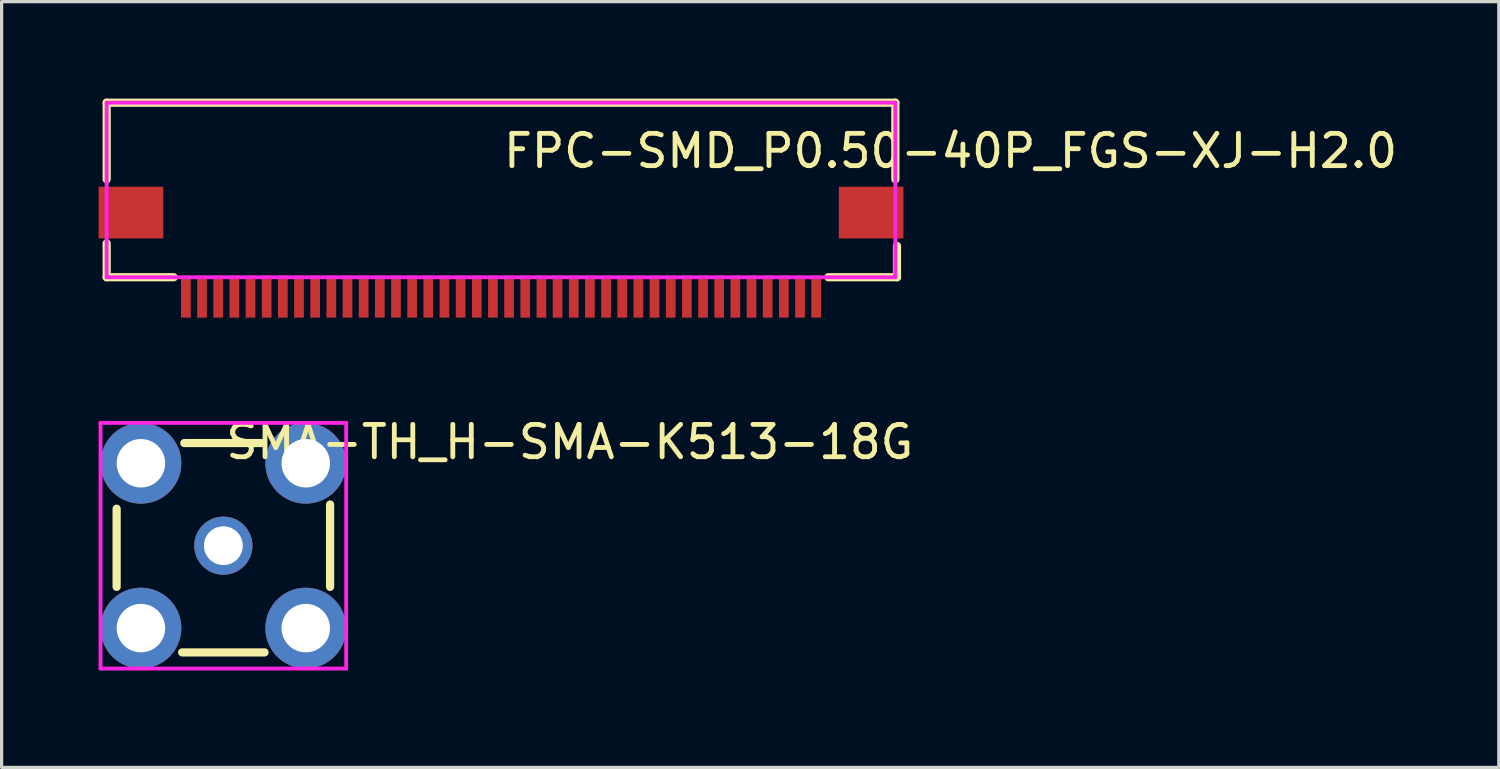
<source format=kicad_pcb>
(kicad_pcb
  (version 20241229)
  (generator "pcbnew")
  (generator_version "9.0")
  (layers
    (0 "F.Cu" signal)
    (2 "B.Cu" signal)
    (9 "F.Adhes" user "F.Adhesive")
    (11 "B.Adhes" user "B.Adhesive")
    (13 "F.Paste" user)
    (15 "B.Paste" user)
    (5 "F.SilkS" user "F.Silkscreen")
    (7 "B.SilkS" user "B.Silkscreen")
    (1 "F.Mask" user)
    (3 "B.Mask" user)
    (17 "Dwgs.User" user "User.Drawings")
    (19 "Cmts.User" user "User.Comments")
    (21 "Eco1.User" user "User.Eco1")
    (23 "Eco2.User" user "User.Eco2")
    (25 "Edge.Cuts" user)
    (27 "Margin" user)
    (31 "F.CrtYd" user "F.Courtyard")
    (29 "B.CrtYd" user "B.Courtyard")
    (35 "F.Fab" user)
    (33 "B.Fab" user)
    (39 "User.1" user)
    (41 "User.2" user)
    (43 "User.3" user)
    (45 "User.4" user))
  (footprint "FPC-SMD_P0.50-40P_FGS-XJ-H2.0"
    (layer "F.Cu")
    (at 12.45 4.827)
    (property "Reference" "FPC-SMD_P0.50-40P_FGS-XJ-H2.0" (at 0 -3.207 0) (layer "F.SilkS") (effects (font (size 1 1) (thickness 0.15)) (justify left)))
    (attr through_hole)
    (fp_line (start -12.2 -4.7) (end 12.2 -4.7) (stroke (width 0.254) (type solid)) (layer "F.SilkS"))
    (fp_line (start -12.2 -2.331) (end -12.2 -4.7) (stroke (width 0.254) (type solid)) (layer "F.SilkS"))
    (fp_line (start -12.2 0.7) (end -12.2 -0.35) (stroke (width 0.254) (type solid)) (layer "F.SilkS"))
    (fp_line (start -10.126 0.7) (end -12.2 0.7) (stroke (width 0.254) (type solid)) (layer "F.SilkS"))
    (fp_line (start 12.2 -4.7) (end 12.2 -2.331) (stroke (width 0.254) (type solid)) (layer "F.SilkS"))
    (fp_line (start 12.25 -0.269) (end 12.25 0.7) (stroke (width 0.254) (type solid)) (layer "F.SilkS"))
    (fp_line (start 12.25 0.7) (end 10.126 0.7) (stroke (width 0.254) (type solid)) (layer "F.SilkS"))
    (fp_line (start -12.212 -2.05) (end -12.212 -0.55) (stroke (width 0.12) (type solid)) (layer "Eco2.User"))
    (fp_line (start -12.212 -0.55) (end -10.891 -0.55) (stroke (width 0.12) (type solid)) (layer "Eco2.User"))
    (fp_line (start -10.891 -2.05) (end -12.212 -2.05) (stroke (width 0.12) (type solid)) (layer "Eco2.User"))
    (fp_line (start -10.891 -0.55) (end -10.891 -2.05) (stroke (width 0.12) (type solid)) (layer "Eco2.User"))
    (fp_line (start 10.888 -2.05) (end 10.888 -0.55) (stroke (width 0.12) (type solid)) (layer "Eco2.User"))
    (fp_line (start 10.888 -0.55) (end 12.209 -0.55) (stroke (width 0.12) (type solid)) (layer "Eco2.User"))
    (fp_line (start 12.209 -2.05) (end 10.888 -2.05) (stroke (width 0.12) (type solid)) (layer "Eco2.User"))
    (fp_line (start 12.209 -0.55) (end 12.209 -2.05) (stroke (width 0.12) (type solid)) (layer "Eco2.User"))
    (fp_circle (center -12.209 1.3) (end -12.179 1.3) (stroke (width 0.06) (type solid)) (fill no) (layer "Eco2.User"))
    (fp_poly (pts (xy -10.902 -0.55) (xy -10.902 -2.05) (xy -12.201 -2.05) (xy -12.201 -0.55)) (stroke (width 0.12) (type solid)) (fill no) (layer "Eco2.User"))
    (fp_poly (pts (xy -9.65 1.3) (xy -9.65 0.6) (xy -9.85 0.6) (xy -9.85 1.3)) (stroke (width 0.12) (type solid)) (fill no) (layer "Eco2.User"))
    (fp_poly (pts (xy -9.15 1.3) (xy -9.15 0.6) (xy -9.35 0.6) (xy -9.35 1.3)) (stroke (width 0.12) (type solid)) (fill no) (layer "Eco2.User"))
    (fp_poly (pts (xy -8.65 1.3) (xy -8.65 0.6) (xy -8.85 0.6) (xy -8.85 1.3)) (stroke (width 0.12) (type solid)) (fill no) (layer "Eco2.User"))
    (fp_poly (pts (xy -8.15 1.3) (xy -8.15 0.6) (xy -8.35 0.6) (xy -8.35 1.3)) (stroke (width 0.12) (type solid)) (fill no) (layer "Eco2.User"))
    (fp_poly (pts (xy -7.65 1.3) (xy -7.65 0.6) (xy -7.85 0.6) (xy -7.85 1.3)) (stroke (width 0.12) (type solid)) (fill no) (layer "Eco2.User"))
    (fp_poly (pts (xy -7.15 1.3) (xy -7.15 0.6) (xy -7.35 0.6) (xy -7.35 1.3)) (stroke (width 0.12) (type solid)) (fill no) (layer "Eco2.User"))
    (fp_poly (pts (xy -6.65 1.3) (xy -6.65 0.6) (xy -6.85 0.6) (xy -6.85 1.3)) (stroke (width 0.12) (type solid)) (fill no) (layer "Eco2.User"))
    (fp_poly (pts (xy -6.15 1.3) (xy -6.15 0.6) (xy -6.35 0.6) (xy -6.35 1.3)) (stroke (width 0.12) (type solid)) (fill no) (layer "Eco2.User"))
    (fp_poly (pts (xy -5.65 1.3) (xy -5.65 0.6) (xy -5.85 0.6) (xy -5.85 1.3)) (stroke (width 0.12) (type solid)) (fill no) (layer "Eco2.User"))
    (fp_poly (pts (xy -5.15 1.3) (xy -5.15 0.6) (xy -5.35 0.6) (xy -5.35 1.3)) (stroke (width 0.12) (type solid)) (fill no) (layer "Eco2.User"))
    (fp_poly (pts (xy -4.65 1.3) (xy -4.65 0.6) (xy -4.85 0.6) (xy -4.85 1.3)) (stroke (width 0.12) (type solid)) (fill no) (layer "Eco2.User"))
    (fp_poly (pts (xy -4.15 1.3) (xy -4.15 0.6) (xy -4.35 0.6) (xy -4.35 1.3)) (stroke (width 0.12) (type solid)) (fill no) (layer "Eco2.User"))
    (fp_poly (pts (xy -3.65 1.3) (xy -3.65 0.6) (xy -3.85 0.6) (xy -3.85 1.3)) (stroke (width 0.12) (type solid)) (fill no) (layer "Eco2.User"))
    (fp_poly (pts (xy -3.15 1.3) (xy -3.15 0.6) (xy -3.35 0.6) (xy -3.35 1.3)) (stroke (width 0.12) (type solid)) (fill no) (layer "Eco2.User"))
    (fp_poly (pts (xy -2.65 1.3) (xy -2.65 0.6) (xy -2.85 0.6) (xy -2.85 1.3)) (stroke (width 0.12) (type solid)) (fill no) (layer "Eco2.User"))
    (fp_poly (pts (xy -2.15 1.3) (xy -2.15 0.6) (xy -2.35 0.6) (xy -2.35 1.3)) (stroke (width 0.12) (type solid)) (fill no) (layer "Eco2.User"))
    (fp_poly (pts (xy -1.65 1.3) (xy -1.65 0.6) (xy -1.85 0.6) (xy -1.85 1.3)) (stroke (width 0.12) (type solid)) (fill no) (layer "Eco2.User"))
    (fp_poly (pts (xy -1.15 1.3) (xy -1.15 0.6) (xy -1.35 0.6) (xy -1.35 1.3)) (stroke (width 0.12) (type solid)) (fill no) (layer "Eco2.User"))
    (fp_poly (pts (xy -0.65 1.3) (xy -0.65 0.6) (xy -0.85 0.6) (xy -0.85 1.3)) (stroke (width 0.12) (type solid)) (fill no) (layer "Eco2.User"))
    (fp_poly (pts (xy -0.15 1.3) (xy -0.15 0.6) (xy -0.35 0.6) (xy -0.35 1.3)) (stroke (width 0.12) (type solid)) (fill no) (layer "Eco2.User"))
    (fp_poly (pts (xy 0.35 1.3) (xy 0.35 0.6) (xy 0.15 0.6) (xy 0.15 1.3)) (stroke (width 0.12) (type solid)) (fill no) (layer "Eco2.User"))
    (fp_poly (pts (xy 0.85 1.3) (xy 0.85 0.6) (xy 0.65 0.6) (xy 0.65 1.3)) (stroke (width 0.12) (type solid)) (fill no) (layer "Eco2.User"))
    (fp_poly (pts (xy 1.35 1.3) (xy 1.35 0.6) (xy 1.15 0.6) (xy 1.15 1.3)) (stroke (width 0.12) (type solid)) (fill no) (layer "Eco2.User"))
    (fp_poly (pts (xy 1.85 1.3) (xy 1.85 0.6) (xy 1.65 0.6) (xy 1.65 1.3)) (stroke (width 0.12) (type solid)) (fill no) (layer "Eco2.User"))
    (fp_poly (pts (xy 2.35 1.3) (xy 2.35 0.6) (xy 2.15 0.6) (xy 2.15 1.3)) (stroke (width 0.12) (type solid)) (fill no) (layer "Eco2.User"))
    (fp_poly (pts (xy 2.85 1.3) (xy 2.85 0.6) (xy 2.65 0.6) (xy 2.65 1.3)) (stroke (width 0.12) (type solid)) (fill no) (layer "Eco2.User"))
    (fp_poly (pts (xy 3.35 1.3) (xy 3.35 0.6) (xy 3.15 0.6) (xy 3.15 1.3)) (stroke (width 0.12) (type solid)) (fill no) (layer "Eco2.User"))
    (fp_poly (pts (xy 3.85 1.3) (xy 3.85 0.6) (xy 3.65 0.6) (xy 3.65 1.3)) (stroke (width 0.12) (type solid)) (fill no) (layer "Eco2.User"))
    (fp_poly (pts (xy 4.35 1.3) (xy 4.35 0.6) (xy 4.15 0.6) (xy 4.15 1.3)) (stroke (width 0.12) (type solid)) (fill no) (layer "Eco2.User"))
    (fp_poly (pts (xy 4.85 1.3) (xy 4.85 0.6) (xy 4.65 0.6) (xy 4.65 1.3)) (stroke (width 0.12) (type solid)) (fill no) (layer "Eco2.User"))
    (fp_poly (pts (xy 5.35 1.3) (xy 5.35 0.6) (xy 5.15 0.6) (xy 5.15 1.3)) (stroke (width 0.12) (type solid)) (fill no) (layer "Eco2.User"))
    (fp_poly (pts (xy 5.85 1.3) (xy 5.85 0.6) (xy 5.65 0.6) (xy 5.65 1.3)) (stroke (width 0.12) (type solid)) (fill no) (layer "Eco2.User"))
    (fp_poly (pts (xy 6.35 1.3) (xy 6.35 0.6) (xy 6.15 0.6) (xy 6.15 1.3)) (stroke (width 0.12) (type solid)) (fill no) (layer "Eco2.User"))
    (fp_poly (pts (xy 6.85 1.3) (xy 6.85 0.6) (xy 6.65 0.6) (xy 6.65 1.3)) (stroke (width 0.12) (type solid)) (fill no) (layer "Eco2.User"))
    (fp_poly (pts (xy 7.35 1.3) (xy 7.35 0.6) (xy 7.15 0.6) (xy 7.15 1.3)) (stroke (width 0.12) (type solid)) (fill no) (layer "Eco2.User"))
    (fp_poly (pts (xy 7.85 1.3) (xy 7.85 0.6) (xy 7.65 0.6) (xy 7.65 1.3)) (stroke (width 0.12) (type solid)) (fill no) (layer "Eco2.User"))
    (fp_poly (pts (xy 8.35 1.3) (xy 8.35 0.6) (xy 8.15 0.6) (xy 8.15 1.3)) (stroke (width 0.12) (type solid)) (fill no) (layer "Eco2.User"))
    (fp_poly (pts (xy 8.85 1.3) (xy 8.85 0.6) (xy 8.65 0.6) (xy 8.65 1.3)) (stroke (width 0.12) (type solid)) (fill no) (layer "Eco2.User"))
    (fp_poly (pts (xy 9.35 1.3) (xy 9.35 0.6) (xy 9.15 0.6) (xy 9.15 1.3)) (stroke (width 0.12) (type solid)) (fill no) (layer "Eco2.User"))
    (fp_poly (pts (xy 9.85 1.3) (xy 9.85 0.6) (xy 9.65 0.6) (xy 9.65 1.3)) (stroke (width 0.12) (type solid)) (fill no) (layer "Eco2.User"))
    (fp_poly (pts (xy 12.199 -0.55) (xy 12.199 -2.05) (xy 10.899 -2.05) (xy 10.899 -0.55)) (stroke (width 0.12) (type solid)) (fill no) (layer "Eco2.User"))
    (fp_line (start -12.201 -4.7) (end -12.201 0.7) (stroke (width 0.12) (type solid)) (layer "F.CrtYd"))
    (fp_line (start -12.201 0.7) (end 12.199 0.7) (stroke (width 0.12) (type solid)) (layer "F.CrtYd"))
    (fp_line (start 12.199 -4.7) (end -12.201 -4.7) (stroke (width 0.12) (type solid)) (layer "F.CrtYd"))
    (fp_line (start 12.199 0.7) (end 12.199 -4.7) (stroke (width 0.12) (type solid)) (layer "F.CrtYd"))
    (pad "1" smd rect (at 9.75 1.3 180) (size 0.3 1.3) (layers "F.Cu" "F.Mask" "F.Paste"))
    (pad "2" smd rect (at 9.25 1.3 180) (size 0.3 1.3) (layers "F.Cu" "F.Mask" "F.Paste"))
    (pad "3" smd rect (at 8.75 1.3 180) (size 0.3 1.3) (layers "F.Cu" "F.Mask" "F.Paste"))
    (pad "4" smd rect (at 8.25 1.3 180) (size 0.3 1.3) (layers "F.Cu" "F.Mask" "F.Paste"))
    (pad "5" smd rect (at 7.75 1.3 180) (size 0.3 1.3) (layers "F.Cu" "F.Mask" "F.Paste"))
    (pad "6" smd rect (at 7.25 1.3 180) (size 0.3 1.3) (layers "F.Cu" "F.Mask" "F.Paste"))
    (pad "7" smd rect (at 6.75 1.3 180) (size 0.3 1.3) (layers "F.Cu" "F.Mask" "F.Paste"))
    (pad "8" smd rect (at 6.25 1.3 180) (size 0.3 1.3) (layers "F.Cu" "F.Mask" "F.Paste"))
    (pad "9" smd rect (at 5.75 1.3 180) (size 0.3 1.3) (layers "F.Cu" "F.Mask" "F.Paste"))
    (pad "10" smd rect (at 5.25 1.3 180) (size 0.3 1.3) (layers "F.Cu" "F.Mask" "F.Paste"))
    (pad "11" smd rect (at 4.75 1.3 180) (size 0.3 1.3) (layers "F.Cu" "F.Mask" "F.Paste"))
    (pad "12" smd rect (at 4.25 1.3 180) (size 0.3 1.3) (layers "F.Cu" "F.Mask" "F.Paste"))
    (pad "13" smd rect (at 3.75 1.3 180) (size 0.3 1.3) (layers "F.Cu" "F.Mask" "F.Paste"))
    (pad "14" smd rect (at 3.25 1.3 180) (size 0.3 1.3) (layers "F.Cu" "F.Mask" "F.Paste"))
    (pad "15" smd rect (at 2.75 1.3 180) (size 0.3 1.3) (layers "F.Cu" "F.Mask" "F.Paste"))
    (pad "16" smd rect (at 2.25 1.3 180) (size 0.3 1.3) (layers "F.Cu" "F.Mask" "F.Paste"))
    (pad "17" smd rect (at 1.75 1.3 180) (size 0.3 1.3) (layers "F.Cu" "F.Mask" "F.Paste"))
    (pad "18" smd rect (at 1.25 1.3 180) (size 0.3 1.3) (layers "F.Cu" "F.Mask" "F.Paste"))
    (pad "19" smd rect (at 0.75 1.3 180) (size 0.3 1.3) (layers "F.Cu" "F.Mask" "F.Paste"))
    (pad "20" smd rect (at 0.25 1.3 180) (size 0.3 1.3) (layers "F.Cu" "F.Mask" "F.Paste"))
    (pad "21" smd rect (at -0.25 1.3 180) (size 0.3 1.3) (layers "F.Cu" "F.Mask" "F.Paste"))
    (pad "22" smd rect (at -0.75 1.3 180) (size 0.3 1.3) (layers "F.Cu" "F.Mask" "F.Paste"))
    (pad "23" smd rect (at -1.25 1.3 180) (size 0.3 1.3) (layers "F.Cu" "F.Mask" "F.Paste"))
    (pad "24" smd rect (at -1.75 1.3 180) (size 0.3 1.3) (layers "F.Cu" "F.Mask" "F.Paste"))
    (pad "25" smd rect (at -2.25 1.3 180) (size 0.3 1.3) (layers "F.Cu" "F.Mask" "F.Paste"))
    (pad "26" smd rect (at -2.75 1.3 180) (size 0.3 1.3) (layers "F.Cu" "F.Mask" "F.Paste"))
    (pad "27" smd rect (at -3.25 1.3 180) (size 0.3 1.3) (layers "F.Cu" "F.Mask" "F.Paste"))
    (pad "28" smd rect (at -3.75 1.3 180) (size 0.3 1.3) (layers "F.Cu" "F.Mask" "F.Paste"))
    (pad "29" smd rect (at -4.25 1.3 180) (size 0.3 1.3) (layers "F.Cu" "F.Mask" "F.Paste"))
    (pad "30" smd rect (at -4.75 1.3 180) (size 0.3 1.3) (layers "F.Cu" "F.Mask" "F.Paste"))
    (pad "31" smd rect (at -5.25 1.3 180) (size 0.3 1.3) (layers "F.Cu" "F.Mask" "F.Paste"))
    (pad "32" smd rect (at -5.75 1.3 180) (size 0.3 1.3) (layers "F.Cu" "F.Mask" "F.Paste"))
    (pad "33" smd rect (at -6.25 1.3 180) (size 0.3 1.3) (layers "F.Cu" "F.Mask" "F.Paste"))
    (pad "34" smd rect (at -6.75 1.3 180) (size 0.3 1.3) (layers "F.Cu" "F.Mask" "F.Paste"))
    (pad "35" smd rect (at -7.25 1.3 180) (size 0.3 1.3) (layers "F.Cu" "F.Mask" "F.Paste"))
    (pad "36" smd rect (at -7.75 1.3 180) (size 0.3 1.3) (layers "F.Cu" "F.Mask" "F.Paste"))
    (pad "37" smd rect (at -8.25 1.3 180) (size 0.3 1.3) (layers "F.Cu" "F.Mask" "F.Paste"))
    (pad "38" smd rect (at -8.75 1.3 180) (size 0.3 1.3) (layers "F.Cu" "F.Mask" "F.Paste"))
    (pad "39" smd rect (at -9.25 1.3 180) (size 0.3 1.3) (layers "F.Cu" "F.Mask" "F.Paste"))
    (pad "40" smd rect (at -9.75 1.3 180) (size 0.3 1.3) (layers "F.Cu" "F.Mask" "F.Paste"))
    (pad "41" smd rect (at -11.45 -1.3 90) (size 1.6 2) (layers "F.Cu" "F.Mask" "F.Paste"))
    (pad "42" smd rect (at 11.45 -1.3 90) (size 1.6 2) (layers "F.Cu" "F.Mask" "F.Paste")))
  (footprint "SMA-TH_H-SMA-K513-18G"
    (layer "F.Cu")
    (at 3.86 13.832)
    (property "Reference" "SMA-TH_H-SMA-K513-18G" (at 0 -3.207 0) (layer "F.SilkS") (effects (font (size 1 1) (thickness 0.15)) (justify left)))
    (attr through_hole)
    (fp_line (start -3.302 -1.143) (end -3.302 1.274) (stroke (width 0.254) (type solid)) (layer "F.SilkS"))
    (fp_line (start -1.274 3.302) (end 1.274 3.302) (stroke (width 0.254) (type solid)) (layer "F.SilkS"))
    (fp_line (start 1.207 -3.175) (end -1.207 -3.175) (stroke (width 0.254) (type solid)) (layer "F.SilkS"))
    (fp_line (start 3.302 1.274) (end 3.302 -1.274) (stroke (width 0.254) (type solid)) (layer "F.SilkS"))
    (fp_circle (center -2.55 -2.55) (end -2.225 -2.55) (stroke (width 0.65) (type solid)) (fill no) (layer "Eco2.User"))
    (fp_circle (center -2.55 2.55) (end -2.225 2.55) (stroke (width 0.65) (type solid)) (fill no) (layer "Eco2.User"))
    (fp_circle (center 0 0) (end 0.25 0) (stroke (width 0.5) (type solid)) (fill no) (layer "Eco2.User"))
    (fp_circle (center 2.55 -2.55) (end 2.875 -2.55) (stroke (width 0.65) (type solid)) (fill no) (layer "Eco2.User"))
    (fp_circle (center 2.55 2.55) (end 2.875 2.55) (stroke (width 0.65) (type solid)) (fill no) (layer "Eco2.User"))
    (fp_circle (center 3.8 -3.8) (end 3.83 -3.8) (stroke (width 0.06) (type solid)) (fill no) (layer "Eco2.User"))
    (fp_line (start -3.8 -3.8) (end 3.8 -3.8) (stroke (width 0.12) (type solid)) (layer "F.CrtYd"))
    (fp_line (start -3.8 3.8) (end -3.8 -3.8) (stroke (width 0.12) (type solid)) (layer "F.CrtYd"))
    (fp_line (start 3.8 -3.8) (end 3.8 3.8) (stroke (width 0.12) (type solid)) (layer "F.CrtYd"))
    (fp_line (start 3.8 3.8) (end -3.8 3.8) (stroke (width 0.12) (type solid)) (layer "F.CrtYd"))
    (pad "1" thru_hole circle (at 0 0) (size 1.8 1.8) (drill 1.2) (layers "*.Cu" "*.Mask"))
    (pad "2" thru_hole circle (at -2.55 -2.55) (size 2.5 2.5) (drill 1.5) (layers "*.Cu" "*.Mask"))
    (pad "3" thru_hole circle (at -2.55 2.55) (size 2.5 2.5) (drill 1.5) (layers "*.Cu" "*.Mask"))
    (pad "4" thru_hole circle (at 2.55 2.55) (size 2.5 2.5) (drill 1.5) (layers "*.Cu" "*.Mask"))
    (pad "5" thru_hole circle (at 2.55 -2.55) (size 2.5 2.5) (drill 1.5) (layers "*.Cu" "*.Mask")))
  (gr_rect
    (start -3 -3)
    (end 43.319 20.692)
    (stroke (width 0.1) (type default))
    (fill no)
    (layer "Edge.Cuts")))
</source>
